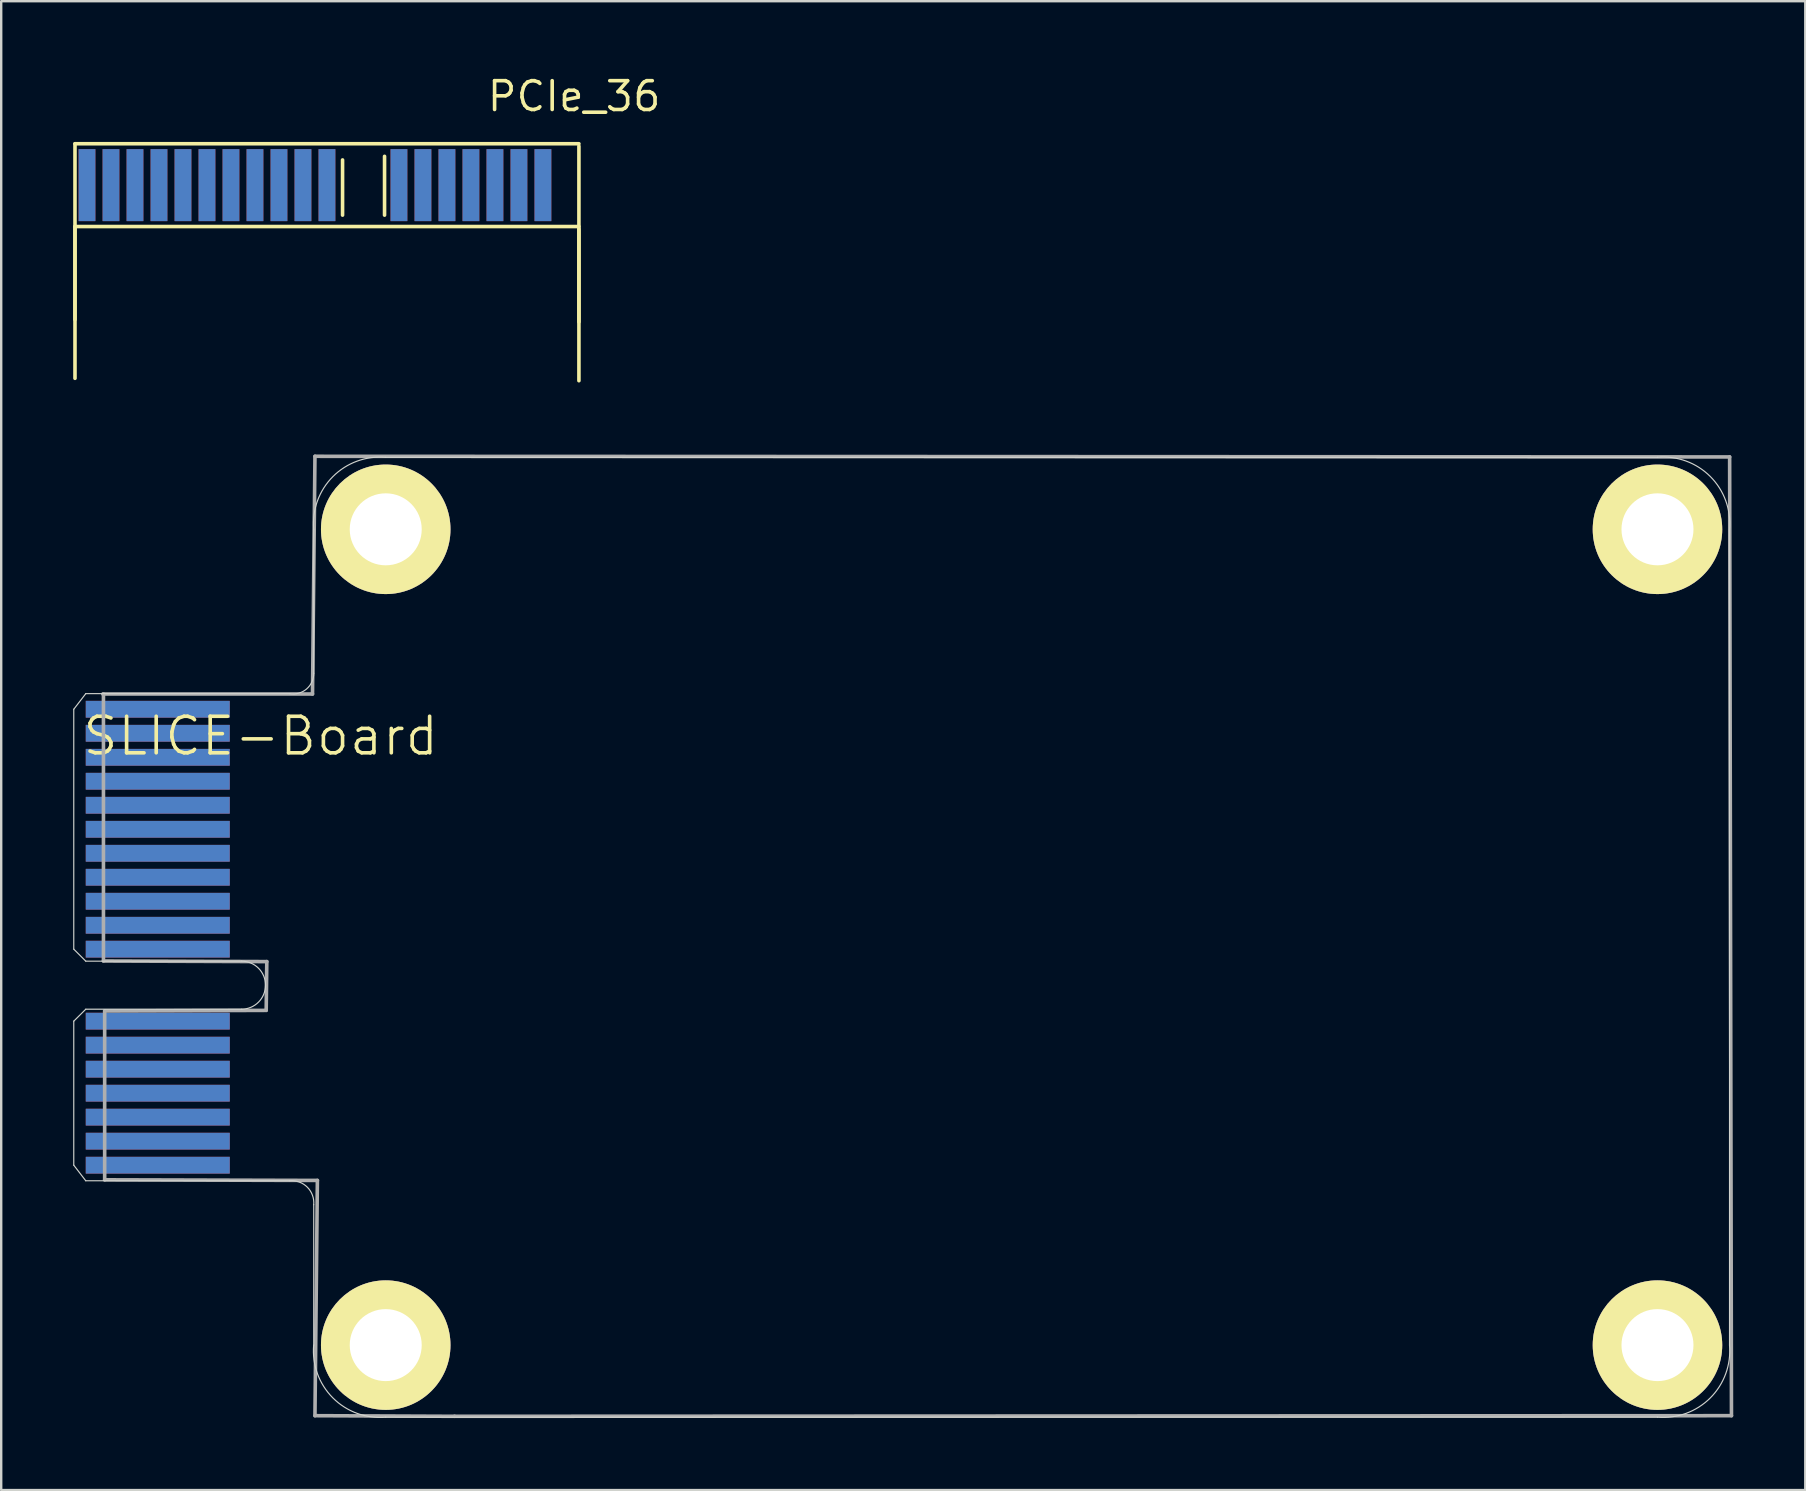
<source format=kicad_pcb>
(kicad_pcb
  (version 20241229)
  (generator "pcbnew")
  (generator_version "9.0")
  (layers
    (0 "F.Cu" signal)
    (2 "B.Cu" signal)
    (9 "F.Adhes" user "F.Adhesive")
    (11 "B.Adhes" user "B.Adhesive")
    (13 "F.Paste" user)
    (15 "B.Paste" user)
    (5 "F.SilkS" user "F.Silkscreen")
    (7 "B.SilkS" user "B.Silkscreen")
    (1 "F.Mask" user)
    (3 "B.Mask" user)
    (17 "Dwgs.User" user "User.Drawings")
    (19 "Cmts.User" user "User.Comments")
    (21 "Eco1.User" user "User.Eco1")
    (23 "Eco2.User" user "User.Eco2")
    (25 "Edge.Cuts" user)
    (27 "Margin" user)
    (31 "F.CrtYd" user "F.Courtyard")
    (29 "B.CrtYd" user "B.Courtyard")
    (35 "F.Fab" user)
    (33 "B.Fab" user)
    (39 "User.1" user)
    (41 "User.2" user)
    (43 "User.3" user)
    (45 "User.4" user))
  (footprint "SLICE-Board"
    (layer "F.Cu")
    (at 35.373 36.006)
    (property "Reference" "SLICE-Board" (at -27.559 -8.382 0) (layer "F.SilkS") (effects (font (size 1.524 1.524) (thickness 0.15))))
    (attr smd)
    (fp_line (start -35.349 -9.5) (end -34.849 -10.15) (stroke (width 0.048) (type solid)) (layer "Edge.Cuts"))
    (fp_line (start -35.349 0.498) (end -35.349 -9.5) (stroke (width 0.048) (type solid)) (layer "Edge.Cuts"))
    (fp_line (start -35.349 0.498) (end -34.849 0.998) (stroke (width 0.048) (type solid)) (layer "Edge.Cuts"))
    (fp_line (start -35.349 3.498) (end -35.349 9.5) (stroke (width 0.048) (type solid)) (layer "Edge.Cuts"))
    (fp_line (start -35.349 9.5) (end -34.849 10.15) (stroke (width 0.048) (type solid)) (layer "Edge.Cuts"))
    (fp_line (start -34.849 -10.15) (end -26.35 -10.15) (stroke (width 0.048) (type solid)) (layer "Edge.Cuts"))
    (fp_line (start -34.849 0.998) (end -28.349 0.998) (stroke (width 0.048) (type solid)) (layer "Edge.Cuts"))
    (fp_line (start -34.849 3) (end -35.349 3.498) (stroke (width 0.048) (type solid)) (layer "Edge.Cuts"))
    (fp_line (start -34.849 10.15) (end -26.35 10.15) (stroke (width 0.048) (type solid)) (layer "Edge.Cuts"))
    (fp_line (start -28.349 3) (end -34.849 3) (stroke (width 0.048) (type solid)) (layer "Edge.Cuts"))
    (fp_line (start -25.349 -10.998) (end -25.349 -16.998) (stroke (width 0.048) (type solid)) (layer "Edge.Cuts"))
    (fp_line (start -25.349 11.148) (end -25.349 16.998) (stroke (width 0.048) (type solid)) (layer "Edge.Cuts"))
    (fp_line (start -22.349 -20) (end 30.648 -20) (stroke (width 0.048) (type solid)) (layer "Edge.Cuts"))
    (fp_line (start -22.349 20) (end 30.648 20) (stroke (width 0.048) (type solid)) (layer "Edge.Cuts"))
    (fp_line (start 33.65 16.998) (end 33.65 -16.998) (stroke (width 0.048) (type solid)) (layer "Edge.Cuts"))
    (fp_arc (start -28.34894 0.99822) (mid -27.34818 1.99898) (end -28.34894 2.99974) (stroke (width 0.04826) (type solid)) (layer "Edge.Cuts"))
    (fp_arc (start -26.34996 10.14984) (mid -25.616563 10.416026) (end -25.349055 11.148941) (stroke (width 0.04826) (type solid)) (layer "Edge.Cuts"))
    (fp_arc (start -25.3492 -16.99768) (mid -24.548698 -19.196963) (end -22.349396 -19.997414) (stroke (width 0.04826) (type solid)) (layer "Edge.Cuts"))
    (fp_arc (start -25.3492 -10.9982) (mid -25.651075 -10.340666) (end -26.348817 -10.149262) (stroke (width 0.04826) (type solid)) (layer "Edge.Cuts"))
    (fp_arc (start -22.34946 19.99996) (mid -24.550689 19.19855) (end -25.351696 16.997175) (stroke (width 0.04826) (type solid)) (layer "Edge.Cuts"))
    (fp_arc (start 30.64764 -19.99996) (mid 32.848869 -19.19855) (end 33.649876 -16.997175) (stroke (width 0.04826) (type solid)) (layer "Edge.Cuts"))
    (fp_arc (start 33.64992 16.99768) (mid 32.84851 19.198909) (end 30.647135 19.999916) (stroke (width 0.04826) (type solid)) (layer "Edge.Cuts"))
    (fp_line (start -34.112 -10.135) (end -34.112 0.991) (stroke (width 0.15) (type solid)) (layer "F.Fab"))
    (fp_line (start -34.112 0.991) (end -27.305 1.016) (stroke (width 0.15) (type solid)) (layer "F.Fab"))
    (fp_line (start -34.061 3.073) (end -34.061 10.109) (stroke (width 0.15) (type solid)) (layer "F.Fab"))
    (fp_line (start -34.061 10.109) (end -25.197 10.135) (stroke (width 0.15) (type solid)) (layer "F.Fab"))
    (fp_line (start -27.33 3.048) (end -34.061 3.073) (stroke (width 0.15) (type solid)) (layer "F.Fab"))
    (fp_line (start -27.305 1.016) (end -27.33 3.048) (stroke (width 0.15) (type solid)) (layer "F.Fab"))
    (fp_line (start -25.4 -10.135) (end -34.138 -10.135) (stroke (width 0.15) (type solid)) (layer "F.Fab"))
    (fp_line (start -25.298 -20.041) (end -25.4 -10.135) (stroke (width 0.15) (type solid)) (layer "F.Fab"))
    (fp_line (start -25.298 19.939) (end -19.482 19.964) (stroke (width 0.15) (type solid)) (layer "F.Fab"))
    (fp_line (start -25.197 10.135) (end -25.298 19.939) (stroke (width 0.15) (type solid)) (layer "F.Fab"))
    (fp_line (start -19.482 19.964) (end 33.731 19.939) (stroke (width 0.15) (type solid)) (layer "F.Fab"))
    (fp_line (start 33.655 -20.015) (end -25.298 -20.041) (stroke (width 0.15) (type solid)) (layer "F.Fab"))
    (fp_line (start 33.731 19.939) (end 33.655 -20.015) (stroke (width 0.15) (type solid)) (layer "F.Fab"))
    (pad "A1" smd rect (at -31.849 -9.5) (size 6 0.699) (layers "B.Cu" "B.Mask"))
    (pad "A2" smd rect (at -31.849 -8.499) (size 6 0.699) (layers "B.Cu" "B.Mask"))
    (pad "A3" smd rect (at -31.849 -7.498) (size 6 0.699) (layers "B.Cu" "B.Mask"))
    (pad "A4" smd rect (at -31.849 -6.5) (size 6 0.699) (layers "B.Cu" "B.Mask"))
    (pad "A5" smd rect (at -31.849 -5.499) (size 6 0.699) (layers "B.Cu" "B.Mask"))
    (pad "A6" smd rect (at -31.849 -4.498) (size 6 0.699) (layers "B.Cu" "B.Mask"))
    (pad "A7" smd rect (at -31.849 -3.498) (size 6 0.699) (layers "B.Cu" "B.Mask"))
    (pad "A8" smd rect (at -31.849 -2.499) (size 6 0.699) (layers "B.Cu" "B.Mask"))
    (pad "A9" smd rect (at -31.849 -1.499) (size 6 0.699) (layers "B.Cu" "B.Mask"))
    (pad "A10" smd rect (at -31.849 -0.498) (size 6 0.699) (layers "B.Cu" "B.Mask"))
    (pad "A11" smd rect (at -31.849 0.498) (size 6 0.699) (layers "B.Cu" "B.Mask"))
    (pad "A12" smd rect (at -31.849 3.498) (size 6 0.699) (layers "B.Cu" "B.Mask"))
    (pad "A13" smd rect (at -31.849 4.498) (size 6 0.699) (layers "B.Cu" "B.Mask"))
    (pad "A14" smd rect (at -31.849 5.499) (size 6 0.699) (layers "B.Cu" "B.Mask"))
    (pad "A15" smd rect (at -31.849 6.5) (size 6 0.699) (layers "B.Cu" "B.Mask"))
    (pad "A16" smd rect (at -31.849 7.498) (size 6 0.699) (layers "B.Cu" "B.Mask"))
    (pad "A17" smd rect (at -31.849 8.499) (size 6 0.699) (layers "B.Cu" "B.Mask"))
    (pad "A18" smd rect (at -31.849 9.5) (size 6 0.699) (layers "B.Cu" "B.Mask"))
    (pad "B1" smd rect (at -31.849 -9.5) (size 6 0.699) (layers "F.Cu" "F.Mask"))
    (pad "B2" smd rect (at -31.849 -8.499) (size 6 0.699) (layers "F.Cu" "F.Mask"))
    (pad "B3" smd rect (at -31.849 -7.498) (size 6 0.699) (layers "F.Cu" "F.Mask"))
    (pad "B4" smd rect (at -31.849 -6.5) (size 6 0.699) (layers "F.Cu" "F.Mask"))
    (pad "B5" smd rect (at -31.849 -5.499) (size 6 0.699) (layers "F.Cu" "F.Mask"))
    (pad "B6" smd rect (at -31.849 -4.498) (size 6 0.699) (layers "F.Cu" "F.Mask"))
    (pad "B7" smd rect (at -31.849 -3.498) (size 6 0.699) (layers "F.Cu" "F.Mask"))
    (pad "B8" smd rect (at -31.849 -2.499) (size 6 0.699) (layers "F.Cu" "F.Mask"))
    (pad "B9" smd rect (at -31.849 -1.499) (size 6 0.699) (layers "F.Cu" "F.Mask"))
    (pad "B10" smd rect (at -31.849 -0.498) (size 6 0.699) (layers "F.Cu" "F.Mask"))
    (pad "B11" smd rect (at -31.849 0.498) (size 6 0.699) (layers "F.Cu" "F.Mask"))
    (pad "B12" smd rect (at -31.849 3.498) (size 6 0.699) (layers "F.Cu" "F.Mask"))
    (pad "B13" smd rect (at -31.849 4.498) (size 6 0.699) (layers "F.Cu" "F.Mask"))
    (pad "B14" smd rect (at -31.849 5.499) (size 6 0.699) (layers "F.Cu" "F.Mask"))
    (pad "B15" smd rect (at -31.849 6.5) (size 6 0.699) (layers "F.Cu" "F.Mask"))
    (pad "B16" smd rect (at -31.849 7.498) (size 6 0.699) (layers "F.Cu" "F.Mask"))
    (pad "B17" smd rect (at -31.849 8.499) (size 6 0.699) (layers "F.Cu" "F.Mask"))
    (pad "B18" smd rect (at -31.849 9.5) (size 6 0.699) (layers "F.Cu" "F.Mask"))
    (pad "H0" thru_hole circle (at -22.349 16.998) (size 5.397 5.397) (drill 3) (layers "*.Cu" "*.Mask" "F.SilkS"))
    (pad "H1" thru_hole circle (at 30.648 16.998) (size 5.397 5.397) (drill 3) (layers "*.Cu" "*.Mask" "F.SilkS"))
    (pad "H2" thru_hole circle (at -22.349 -16.998) (size 5.397 5.397) (drill 3) (layers "*.Cu" "*.Mask" "F.SilkS"))
    (pad "H3" thru_hole circle (at 30.648 -16.998) (size 5.397 5.397) (drill 3) (layers "*.Cu" "*.Mask" "F.SilkS")))
  (footprint "PCIe_36"
    (layer "F.Cu")
    (at 19.575 4.665)
    (property "Reference" "PCIe_36" (at 1.3 -3.7 0) (layer "F.SilkS") (effects (font (size 1.2 1.2) (thickness 0.15))))
    (attr through_hole)
    (fp_line (start -19.5 -1.725) (end 1.5 -1.725) (stroke (width 0.15) (type solid)) (layer "F.SilkS"))
    (fp_line (start -19.5 1.725) (end -19.5 8.05) (stroke (width 0.15) (type solid)) (layer "F.SilkS"))
    (fp_line (start -19.5 1.725) (end 1.5 1.725) (stroke (width 0.15) (type solid)) (layer "F.SilkS"))
    (fp_line (start -19.5 5.6) (end -19.5 -1.725) (stroke (width 0.15) (type solid)) (layer "F.SilkS"))
    (fp_line (start -8.35 1.25) (end -8.35 -1.05) (stroke (width 0.15) (type solid)) (layer "F.SilkS"))
    (fp_line (start -6.6 1.25) (end -6.6 -1.2) (stroke (width 0.15) (type solid)) (layer "F.SilkS"))
    (fp_line (start 1.5 1.825) (end 1.5 8.15) (stroke (width 0.15) (type solid)) (layer "F.SilkS"))
    (fp_line (start 1.5 5.7) (end 1.5 -1.625) (stroke (width 0.15) (type solid)) (layer "F.SilkS"))
    (pad "A1" smd rect (at -19 0) (size 0.7 3) (layers "F.Cu" "F.Mask" "F.Paste"))
    (pad "A2" smd rect (at -18 0) (size 0.7 3) (layers "F.Cu" "F.Mask" "F.Paste"))
    (pad "A3" smd rect (at -17 0) (size 0.7 3) (layers "F.Cu" "F.Mask" "F.Paste"))
    (pad "A4" smd rect (at -16 0) (size 0.7 3) (layers "F.Cu" "F.Mask" "F.Paste"))
    (pad "A5" smd rect (at -15 0) (size 0.7 3) (layers "F.Cu" "F.Mask" "F.Paste"))
    (pad "A6" smd rect (at -14 0) (size 0.7 3) (layers "F.Cu" "F.Mask" "F.Paste"))
    (pad "A7" smd rect (at -13 0) (size 0.7 3) (layers "F.Cu" "F.Mask" "F.Paste"))
    (pad "A8" smd rect (at -12 0) (size 0.7 3) (layers "F.Cu" "F.Mask" "F.Paste"))
    (pad "A9" smd rect (at -11 0) (size 0.7 3) (layers "F.Cu" "F.Mask" "F.Paste"))
    (pad "A10" smd rect (at -10 0) (size 0.7 3) (layers "F.Cu" "F.Mask" "F.Paste"))
    (pad "A11" smd rect (at -9 0) (size 0.7 3) (layers "F.Cu" "F.Mask" "F.Paste"))
    (pad "A12" smd rect (at -6 0) (size 0.7 3) (layers "F.Cu" "F.Mask" "F.Paste"))
    (pad "A13" smd rect (at -5 0) (size 0.7 3) (layers "F.Cu" "F.Mask" "F.Paste"))
    (pad "A14" smd rect (at -4 0) (size 0.7 3) (layers "F.Cu" "F.Mask" "F.Paste"))
    (pad "A15" smd rect (at -3 0) (size 0.7 3) (layers "F.Cu" "F.Mask" "F.Paste"))
    (pad "A16" smd rect (at -2 0) (size 0.7 3) (layers "F.Cu" "F.Mask" "F.Paste"))
    (pad "A17" smd rect (at -1 0) (size 0.7 3) (layers "F.Cu" "F.Mask" "F.Paste"))
    (pad "A18" smd rect (at 0 0) (size 0.7 3) (layers "F.Cu" "F.Mask" "F.Paste"))
    (pad "B1" smd rect (at -19 0) (size 0.7 3) (layers "B.Cu" "B.Mask" "B.Paste"))
    (pad "B2" smd rect (at -18 0) (size 0.7 3) (layers "B.Cu" "B.Mask" "B.Paste"))
    (pad "B3" smd rect (at -17 0) (size 0.7 3) (layers "B.Cu" "B.Mask" "B.Paste"))
    (pad "B4" smd rect (at -16 0) (size 0.7 3) (layers "B.Cu" "B.Mask" "B.Paste"))
    (pad "B5" smd rect (at -15 0) (size 0.7 3) (layers "B.Cu" "B.Mask" "B.Paste"))
    (pad "B6" smd rect (at -14 0) (size 0.7 3) (layers "B.Cu" "B.Mask" "B.Paste"))
    (pad "B7" smd rect (at -13 0) (size 0.7 3) (layers "B.Cu" "B.Mask" "B.Paste"))
    (pad "B8" smd rect (at -12 0) (size 0.7 3) (layers "B.Cu" "B.Mask" "B.Paste"))
    (pad "B9" smd rect (at -11 0) (size 0.7 3) (layers "B.Cu" "B.Mask" "B.Paste"))
    (pad "B10" smd rect (at -10 0) (size 0.7 3) (layers "B.Cu" "B.Mask" "B.Paste"))
    (pad "B11" smd rect (at -9 0) (size 0.7 3) (layers "B.Cu" "B.Mask" "B.Paste"))
    (pad "B12" smd rect (at -6 0) (size 0.7 3) (layers "B.Cu" "B.Mask" "B.Paste"))
    (pad "B13" smd rect (at -5 0) (size 0.7 3) (layers "B.Cu" "B.Mask" "B.Paste"))
    (pad "B14" smd rect (at -4 0) (size 0.7 3) (layers "B.Cu" "B.Mask" "B.Paste"))
    (pad "B15" smd rect (at -3 0) (size 0.7 3) (layers "B.Cu" "B.Mask" "B.Paste"))
    (pad "B16" smd rect (at -2 0) (size 0.7 3) (layers "B.Cu" "B.Mask" "B.Paste"))
    (pad "B17" smd rect (at -1 0) (size 0.7 3) (layers "B.Cu" "B.Mask" "B.Paste"))
    (pad "B18" smd rect (at 0 0) (size 0.7 3) (layers "B.Cu" "B.Mask" "B.Paste")))
  (gr_rect
    (start -3 -3)
    (end 72.18 59.045)
    (stroke (width 0.1) (type default))
    (fill no)
    (layer "Edge.Cuts")))
</source>
